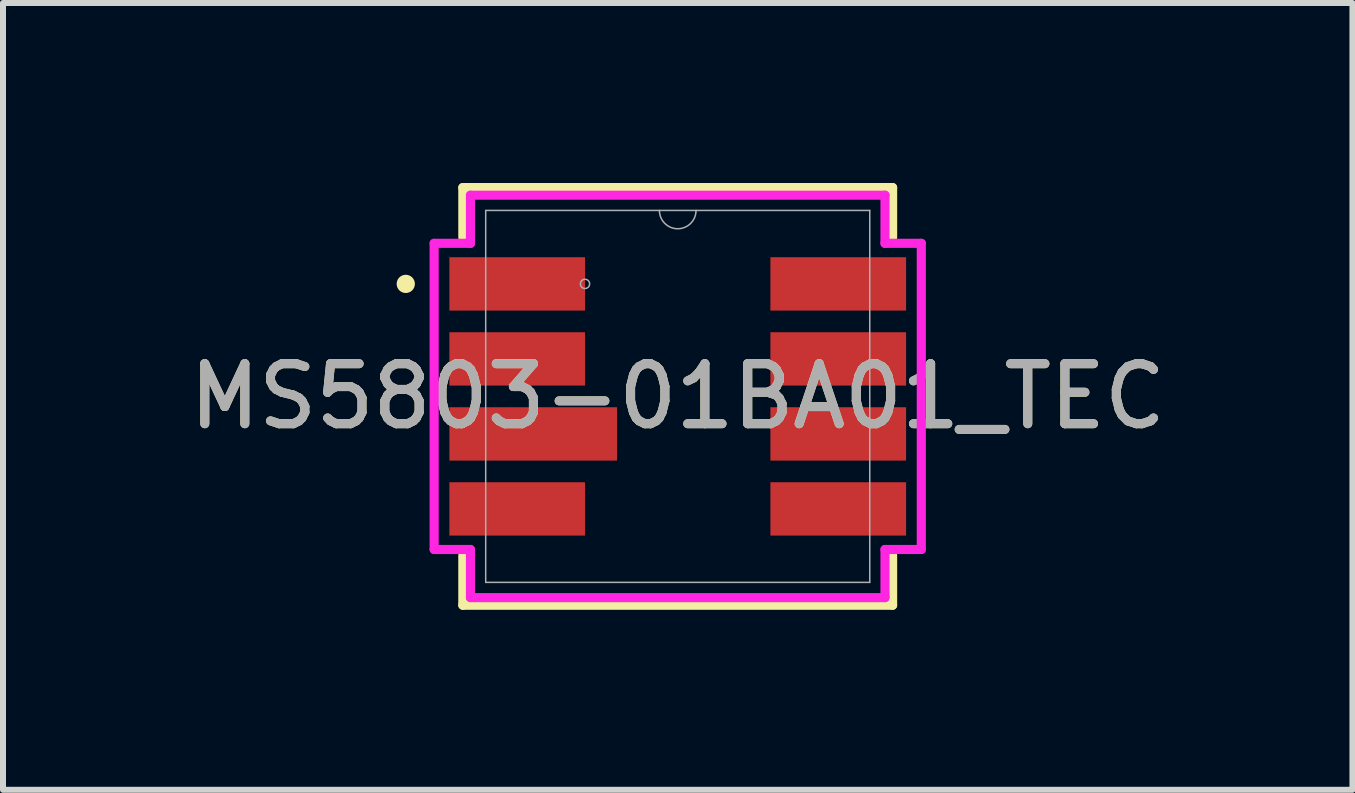
<source format=kicad_pcb>
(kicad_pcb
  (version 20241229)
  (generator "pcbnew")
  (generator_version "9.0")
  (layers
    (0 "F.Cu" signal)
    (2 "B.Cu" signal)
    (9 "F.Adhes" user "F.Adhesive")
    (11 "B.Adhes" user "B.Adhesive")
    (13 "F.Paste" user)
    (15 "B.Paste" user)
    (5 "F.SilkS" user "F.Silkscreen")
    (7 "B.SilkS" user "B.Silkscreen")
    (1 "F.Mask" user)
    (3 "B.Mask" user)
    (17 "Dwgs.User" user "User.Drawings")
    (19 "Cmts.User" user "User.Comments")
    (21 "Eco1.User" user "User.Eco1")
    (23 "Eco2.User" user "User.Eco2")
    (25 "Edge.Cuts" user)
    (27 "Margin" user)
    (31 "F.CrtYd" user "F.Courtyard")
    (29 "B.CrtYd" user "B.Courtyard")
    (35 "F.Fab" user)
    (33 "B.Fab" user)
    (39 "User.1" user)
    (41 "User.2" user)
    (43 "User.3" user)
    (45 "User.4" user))
  (footprint "MS5803-01BA01_TEC"
    (layer "F.Cu")
    (at 8.244 3.556)
    (property "Reference" "MS5803-01BA01_TEC" (at 0 0 0) (unlocked yes) (layer "F.SilkS") (effects (font (size 1 1) (thickness 0.15))))
    (attr smd)
    (fp_poly (pts (xy -3.805 -2.32) (xy -3.805 -1.431) (xy -1.545 -1.431) (xy -1.545 -2.32)) (stroke (width 0) (type solid)) (fill yes) (layer "F.Mask"))
    (fp_poly (pts (xy -3.805 -1.069) (xy -3.805 -0.18) (xy -1.545 -0.18) (xy -1.545 -1.069)) (stroke (width 0) (type solid)) (fill yes) (layer "F.Mask"))
    (fp_poly (pts (xy -3.805 0.18) (xy -3.805 1.069) (xy -1.545 1.069) (xy -1.545 0.18)) (stroke (width 0) (type solid)) (fill yes) (layer "F.Mask"))
    (fp_poly (pts (xy -3.805 1.431) (xy -3.805 2.32) (xy -1.545 2.32) (xy -1.545 1.431)) (stroke (width 0) (type solid)) (fill yes) (layer "F.Mask"))
    (fp_poly (pts (xy 1.545 -2.32) (xy 1.545 -1.431) (xy 3.805 -1.431) (xy 3.805 -2.32)) (stroke (width 0) (type solid)) (fill yes) (layer "F.Mask"))
    (fp_poly (pts (xy 1.545 -1.069) (xy 1.545 -0.18) (xy 3.805 -0.18) (xy 3.805 -1.069)) (stroke (width 0) (type solid)) (fill yes) (layer "F.Mask"))
    (fp_poly (pts (xy 1.545 0.18) (xy 1.545 1.069) (xy 3.805 1.069) (xy 3.805 0.18)) (stroke (width 0) (type solid)) (fill yes) (layer "F.Mask"))
    (fp_poly (pts (xy 1.545 1.431) (xy 1.545 2.32) (xy 3.805 2.32) (xy 3.805 1.431)) (stroke (width 0) (type solid)) (fill yes) (layer "F.Mask"))
    (fp_line (start -3.581 -3.48) (end -3.581 -2.652) (stroke (width 0.152) (type solid)) (layer "F.SilkS"))
    (fp_line (start -3.581 2.652) (end -3.581 3.48) (stroke (width 0.152) (type solid)) (layer "F.SilkS"))
    (fp_line (start -3.581 3.48) (end 3.581 3.48) (stroke (width 0.152) (type solid)) (layer "F.SilkS"))
    (fp_line (start 3.581 -3.48) (end -3.581 -3.48) (stroke (width 0.152) (type solid)) (layer "F.SilkS"))
    (fp_line (start 3.581 -2.652) (end 3.581 -3.48) (stroke (width 0.152) (type solid)) (layer "F.SilkS"))
    (fp_line (start 3.581 3.48) (end 3.581 2.652) (stroke (width 0.152) (type solid)) (layer "F.SilkS"))
    (fp_circle (center -4.532 -1.875) (end -4.456 -1.875) (stroke (width 0.152) (type solid)) (fill no) (layer "F.SilkS"))
    (fp_poly (pts (xy -3.805 -2.32) (xy -3.805 -1.431) (xy -1.545 -1.431) (xy -1.545 -2.32)) (stroke (width 0) (type solid)) (fill yes) (layer "F.Paste"))
    (fp_poly (pts (xy -3.805 -1.069) (xy -3.805 -0.18) (xy -1.545 -0.18) (xy -1.545 -1.069)) (stroke (width 0) (type solid)) (fill yes) (layer "F.Paste"))
    (fp_poly (pts (xy -3.805 0.18) (xy -3.805 1.069) (xy -1.545 1.069) (xy -1.545 0.18)) (stroke (width 0) (type solid)) (fill yes) (layer "F.Paste"))
    (fp_poly (pts (xy -3.805 1.431) (xy -3.805 2.32) (xy -1.545 2.32) (xy -1.545 1.431)) (stroke (width 0) (type solid)) (fill yes) (layer "F.Paste"))
    (fp_poly (pts (xy 1.545 -2.32) (xy 1.545 -1.431) (xy 3.805 -1.431) (xy 3.805 -2.32)) (stroke (width 0) (type solid)) (fill yes) (layer "F.Paste"))
    (fp_poly (pts (xy 1.545 -1.069) (xy 1.545 -0.18) (xy 3.805 -0.18) (xy 3.805 -1.069)) (stroke (width 0) (type solid)) (fill yes) (layer "F.Paste"))
    (fp_poly (pts (xy 1.545 0.18) (xy 1.545 1.069) (xy 3.805 1.069) (xy 3.805 0.18)) (stroke (width 0) (type solid)) (fill yes) (layer "F.Paste"))
    (fp_poly (pts (xy 1.545 1.431) (xy 1.545 2.32) (xy 3.805 2.32) (xy 3.805 1.431)) (stroke (width 0) (type solid)) (fill yes) (layer "F.Paste"))
    (fp_line (start -4.059 -2.551) (end -3.454 -2.551) (stroke (width 0.152) (type solid)) (layer "F.CrtYd"))
    (fp_line (start -4.059 2.551) (end -4.059 -2.551) (stroke (width 0.152) (type solid)) (layer "F.CrtYd"))
    (fp_line (start -4.059 2.551) (end -3.454 2.551) (stroke (width 0.152) (type solid)) (layer "F.CrtYd"))
    (fp_line (start -3.454 -3.353) (end 3.454 -3.353) (stroke (width 0.152) (type solid)) (layer "F.CrtYd"))
    (fp_line (start -3.454 -2.551) (end -3.454 -3.353) (stroke (width 0.152) (type solid)) (layer "F.CrtYd"))
    (fp_line (start -3.454 3.353) (end -3.454 2.551) (stroke (width 0.152) (type solid)) (layer "F.CrtYd"))
    (fp_line (start 3.454 -3.353) (end 3.454 -2.551) (stroke (width 0.152) (type solid)) (layer "F.CrtYd"))
    (fp_line (start 3.454 2.551) (end 3.454 3.353) (stroke (width 0.152) (type solid)) (layer "F.CrtYd"))
    (fp_line (start 3.454 3.353) (end -3.454 3.353) (stroke (width 0.152) (type solid)) (layer "F.CrtYd"))
    (fp_line (start 4.059 -2.551) (end 3.454 -2.551) (stroke (width 0.152) (type solid)) (layer "F.CrtYd"))
    (fp_line (start 4.059 -2.551) (end 4.059 2.551) (stroke (width 0.152) (type solid)) (layer "F.CrtYd"))
    (fp_line (start 4.059 2.551) (end 3.454 2.551) (stroke (width 0.152) (type solid)) (layer "F.CrtYd"))
    (fp_line (start -3.2 -3.099) (end -3.2 3.099) (stroke (width 0.025) (type solid)) (layer "F.Fab"))
    (fp_line (start -3.2 3.099) (end 3.2 3.099) (stroke (width 0.025) (type solid)) (layer "F.Fab"))
    (fp_line (start 3.2 -3.099) (end -3.2 -3.099) (stroke (width 0.025) (type solid)) (layer "F.Fab"))
    (fp_line (start 3.2 3.099) (end 3.2 -3.099) (stroke (width 0.025) (type solid)) (layer "F.Fab"))
    (fp_arc (start 0.3048 -3.0988) (mid 0 -2.794) (end -0.3048 -3.0988) (stroke (width 0.0254) (type solid)) (layer "F.Fab"))
    (fp_circle (center -1.545 -1.875) (end -1.468 -1.875) (stroke (width 0.025) (type solid)) (fill no) (layer "F.Fab"))
    (fp_text user "${REFERENCE}" (at 0 0 0) (unlocked yes) (layer "F.Fab") (effects (font (size 1 1) (thickness 0.15))))
    (pad "1" smd rect (at -2.675 -1.875) (size 2.261 0.889) (layers "F.Cu" "F.Mask" "F.Paste"))
    (pad "2" smd rect (at -2.675 -0.625) (size 2.261 0.889) (layers "F.Cu" "F.Mask" "F.Paste"))
    (pad "3" smd rect (at -2.408 0.625) (size 2.794 0.889) (layers "F.Cu" "F.Mask" "F.Paste"))
    (pad "4" smd rect (at -2.675 1.875) (size 2.261 0.889) (layers "F.Cu" "F.Mask" "F.Paste"))
    (pad "5" smd rect (at 2.675 1.875) (size 2.261 0.889) (layers "F.Cu" "F.Mask" "F.Paste"))
    (pad "6" smd rect (at 2.675 0.625) (size 2.261 0.889) (layers "F.Cu" "F.Mask" "F.Paste"))
    (pad "7" smd rect (at 2.675 -0.625) (size 2.261 0.889) (layers "F.Cu" "F.Mask" "F.Paste"))
    (pad "8" smd rect (at 2.675 -1.875) (size 2.261 0.889) (layers "F.Cu" "F.Mask" "F.Paste")))
  (gr_rect
    (start -3 -3)
    (end 19.488 10.112)
    (stroke (width 0.1) (type default))
    (fill no)
    (layer "Edge.Cuts")))
</source>
